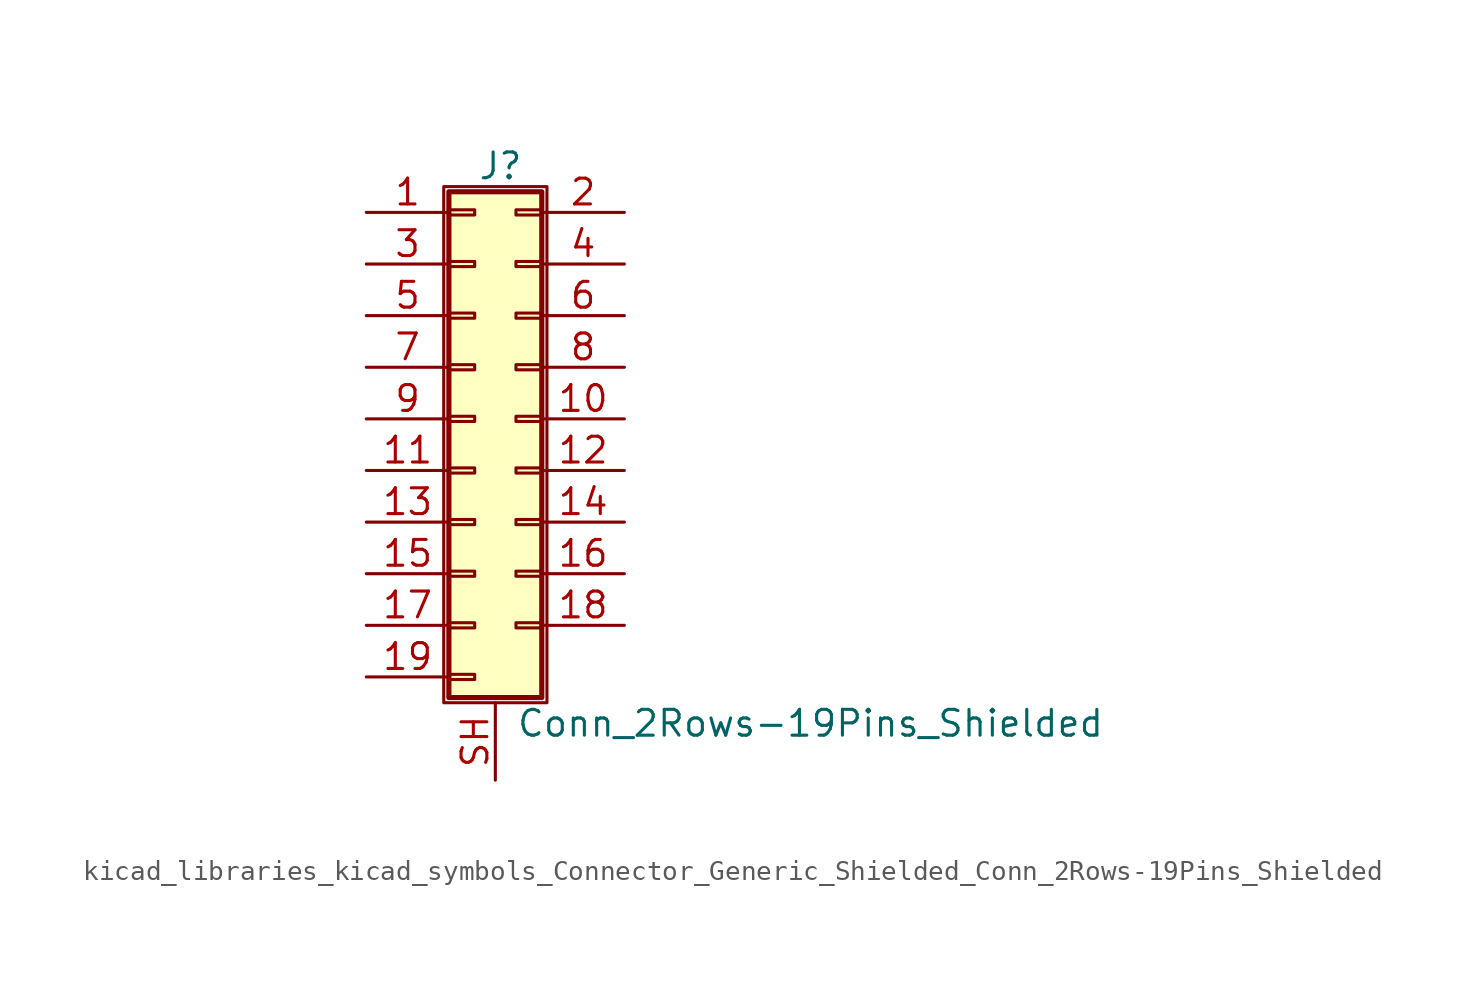
<source format=kicad_sym>
(kicad_symbol_lib
  (version 20220914)
  (generator kicad_symbol_editor)
  (symbol "kicad_libraries_kicad_symbols_Connector_Generic_Shielded_Conn_2Rows-19Pins_Shielded"
    (pin_names
      (offset 1.016) hide)
    (property "Reference" "J"
      (at 1.524 12.446 0)
      (effects (font (size 1.27 1.27))))
    (property "Value" "Conn_2Rows-19Pins_Shielded"
      (at 2.286 -14.986 0)
      (effects (font (size 1.27 1.27)) (justify left)))
    (symbol "kicad_libraries_kicad_symbols_Connector_Generic_Shielded_Conn_2Rows-19Pins_Shielded_1_1"
      (rectangle (start -1.27 11.43) (end 3.81 -13.97) (stroke (width 0.152) (type default)) (fill (type none)))
      (rectangle (start -1.016 -12.573) (end 0.254 -12.827) (stroke (width 0.152) (type default)) (fill (type none)))
      (rectangle (start -1.016 -10.033) (end 0.254 -10.287) (stroke (width 0.152) (type default)) (fill (type none)))
      (rectangle (start -1.016 -7.493) (end 0.254 -7.747) (stroke (width 0.152) (type default)) (fill (type none)))
      (rectangle (start -1.016 -4.953) (end 0.254 -5.207) (stroke (width 0.152) (type default)) (fill (type none)))
      (rectangle (start -1.016 -2.413) (end 0.254 -2.667) (stroke (width 0.152) (type default)) (fill (type none)))
      (rectangle (start -1.016 0.127) (end 0.254 -0.127) (stroke (width 0.152) (type default)) (fill (type none)))
      (rectangle (start -1.016 2.667) (end 0.254 2.413) (stroke (width 0.152) (type default)) (fill (type none)))
      (rectangle (start -1.016 5.207) (end 0.254 4.953) (stroke (width 0.152) (type default)) (fill (type none)))
      (rectangle (start -1.016 7.747) (end 0.254 7.493) (stroke (width 0.152) (type default)) (fill (type none)))
      (rectangle (start -1.016 10.287) (end 0.254 10.033) (stroke (width 0.152) (type default)) (fill (type none)))
      (rectangle (start -1.016 11.176) (end 3.556 -13.716) (stroke (width 0.254) (type default)) (fill (type background)))
      (rectangle (start 3.556 -10.033) (end 2.286 -10.287) (stroke (width 0.152) (type default)) (fill (type none)))
      (rectangle (start 3.556 -7.493) (end 2.286 -7.747) (stroke (width 0.152) (type default)) (fill (type none)))
      (rectangle (start 3.556 -4.953) (end 2.286 -5.207) (stroke (width 0.152) (type default)) (fill (type none)))
      (rectangle (start 3.556 -2.413) (end 2.286 -2.667) (stroke (width 0.152) (type default)) (fill (type none)))
      (rectangle (start 3.556 0.127) (end 2.286 -0.127) (stroke (width 0.152) (type default)) (fill (type none)))
      (rectangle (start 3.556 2.667) (end 2.286 2.413) (stroke (width 0.152) (type default)) (fill (type none)))
      (rectangle (start 3.556 5.207) (end 2.286 4.953) (stroke (width 0.152) (type default)) (fill (type none)))
      (rectangle (start 3.556 7.747) (end 2.286 7.493) (stroke (width 0.152) (type default)) (fill (type none)))
      (rectangle (start 3.556 10.287) (end 2.286 10.033) (stroke (width 0.152) (type default)) (fill (type none)))
      (pin passive line (at -5.08 10.16 0) (length 4.064) (name "Pin_1" (effects (font (size 1.27 1.27)))) (number "1" (effects (font (size 1.27 1.27)))))
      (pin passive line (at 7.62 0 180) (length 4.064) (name "Pin_10" (effects (font (size 1.27 1.27)))) (number "10" (effects (font (size 1.27 1.27)))))
      (pin passive line (at -5.08 -2.54 0) (length 4.064) (name "Pin_11" (effects (font (size 1.27 1.27)))) (number "11" (effects (font (size 1.27 1.27)))))
      (pin passive line (at 7.62 -2.54 180) (length 4.064) (name "Pin_12" (effects (font (size 1.27 1.27)))) (number "12" (effects (font (size 1.27 1.27)))))
      (pin passive line (at -5.08 -5.08 0) (length 4.064) (name "Pin_13" (effects (font (size 1.27 1.27)))) (number "13" (effects (font (size 1.27 1.27)))))
      (pin passive line (at 7.62 -5.08 180) (length 4.064) (name "Pin_14" (effects (font (size 1.27 1.27)))) (number "14" (effects (font (size 1.27 1.27)))))
      (pin passive line (at -5.08 -7.62 0) (length 4.064) (name "Pin_15" (effects (font (size 1.27 1.27)))) (number "15" (effects (font (size 1.27 1.27)))))
      (pin passive line (at 7.62 -7.62 180) (length 4.064) (name "Pin_16" (effects (font (size 1.27 1.27)))) (number "16" (effects (font (size 1.27 1.27)))))
      (pin passive line (at -5.08 -10.16 0) (length 4.064) (name "Pin_17" (effects (font (size 1.27 1.27)))) (number "17" (effects (font (size 1.27 1.27)))))
      (pin passive line (at 7.62 -10.16 180) (length 4.064) (name "Pin_18" (effects (font (size 1.27 1.27)))) (number "18" (effects (font (size 1.27 1.27)))))
      (pin passive line (at -5.08 -12.7 0) (length 4.064) (name "Pin_19" (effects (font (size 1.27 1.27)))) (number "19" (effects (font (size 1.27 1.27)))))
      (pin passive line (at 7.62 10.16 180) (length 4.064) (name "Pin_2" (effects (font (size 1.27 1.27)))) (number "2" (effects (font (size 1.27 1.27)))))
      (pin passive line (at -5.08 7.62 0) (length 4.064) (name "Pin_3" (effects (font (size 1.27 1.27)))) (number "3" (effects (font (size 1.27 1.27)))))
      (pin passive line (at 7.62 7.62 180) (length 4.064) (name "Pin_4" (effects (font (size 1.27 1.27)))) (number "4" (effects (font (size 1.27 1.27)))))
      (pin passive line (at -5.08 5.08 0) (length 4.064) (name "Pin_5" (effects (font (size 1.27 1.27)))) (number "5" (effects (font (size 1.27 1.27)))))
      (pin passive line (at 7.62 5.08 180) (length 4.064) (name "Pin_6" (effects (font (size 1.27 1.27)))) (number "6" (effects (font (size 1.27 1.27)))))
      (pin passive line (at -5.08 2.54 0) (length 4.064) (name "Pin_7" (effects (font (size 1.27 1.27)))) (number "7" (effects (font (size 1.27 1.27)))))
      (pin passive line (at 7.62 2.54 180) (length 4.064) (name "Pin_8" (effects (font (size 1.27 1.27)))) (number "8" (effects (font (size 1.27 1.27)))))
      (pin passive line (at -5.08 0 0) (length 4.064) (name "Pin_9" (effects (font (size 1.27 1.27)))) (number "9" (effects (font (size 1.27 1.27)))))
      (pin passive line (at 1.27 -17.78 90) (length 3.81) (name "Shield" (effects (font (size 1.27 1.27)))) (number "SH" (effects (font (size 1.27 1.27))))))))
</source>
